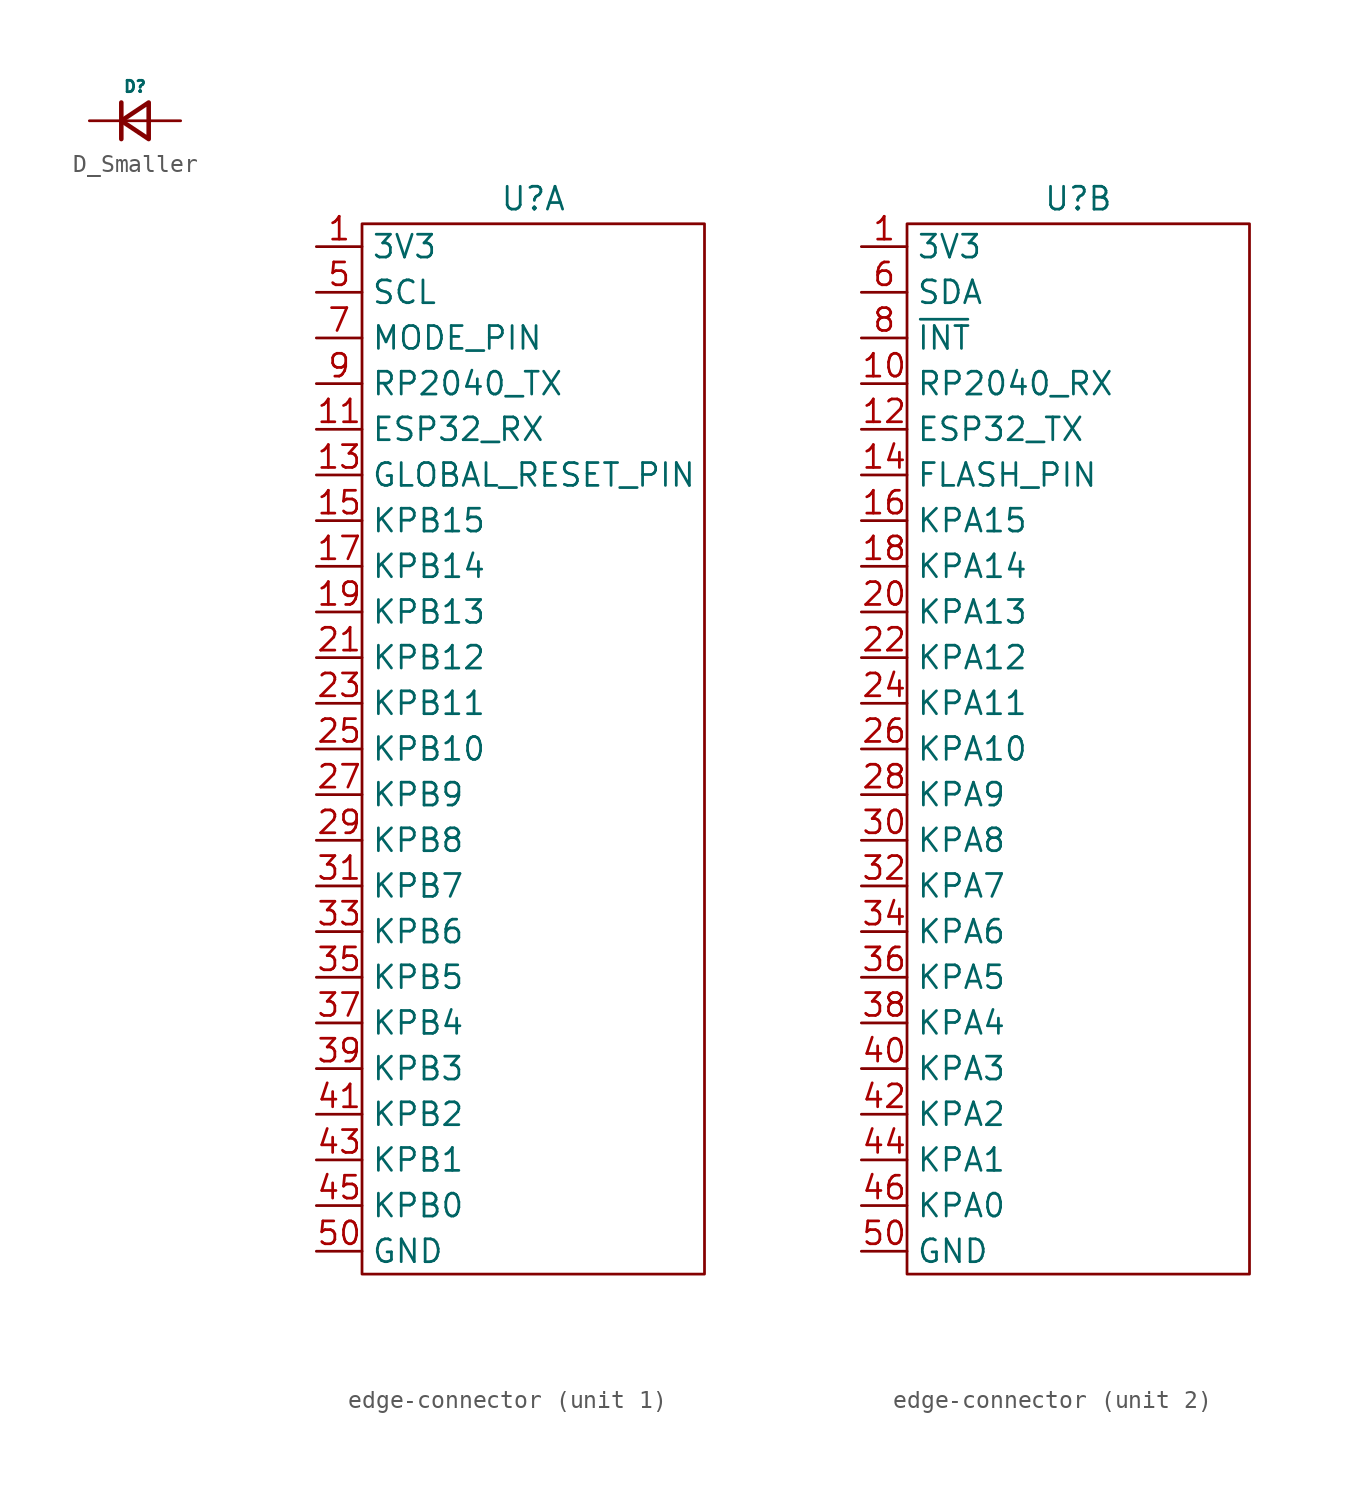
<source format=kicad_sym>
(kicad_symbol_lib
  (version 20220914)
  (generator kicad_symbol_editor)
  (symbol "D_Smaller"
    (pin_numbers hide)
    (pin_names hide)
    (property "Reference" "D"
      (at 0 1.905 0)
      (effects (font (size 0.635 0.635))))
    (property "Value" ""
      (at 0 0 0)
      (effects (font (size 1.27 1.27))))
    (symbol "D_Smaller_0_1"
      (polyline (pts (xy -0.762 -1.016) (xy -0.762 1.016)) (stroke (width 0.254) (type default)) (fill (type none)))
      (polyline (pts (xy -0.762 0) (xy 0.762 0)) (stroke (width 0) (type default)) (fill (type none)))
      (polyline (pts (xy 0.762 -1.016) (xy -0.762 0) (xy 0.762 1.016) (xy 0.762 -1.016)) (stroke (width 0.254) (type default)) (fill (type none))))
    (symbol "D_Smaller_1_1"
      (pin passive line (at -2.54 0 0) (length 1.778) (name "K" (effects (font (size 1.27 1.27)))) (number "1" (effects (font (size 1.27 1.27)))))
      (pin passive line (at 2.54 0 180) (length 1.778) (name "A" (effects (font (size 1.27 1.27)))) (number "2" (effects (font (size 1.27 1.27)))))))
  (symbol "edge-connector"
    (property "Reference" "U"
      (at 0 30.607 0)
      (effects (font (size 1.27 1.27))))
    (property "Value" ""
      (at -6.58 22.242 0)
      (effects (font (size 1.27 1.27))))
    (property "ki_locked" ""
      (at 0 0 0)
      (effects (font (size 1.27 1.27))))
    (symbol "edge-connector_0_1"
      (pin power_out line (at -12.065 27.94 0) (length 2.54) (name "3V3" (effects (font (size 1.27 1.27)))) (number "1" (effects (font (size 1.27 1.27)))))
      (pin power_out line (at -12.065 27.94 0) (length 2.54) hide (name "3V3" (effects (font (size 1.27 1.27)))) (number "2" (effects (font (size 1.27 1.27)))))
      (pin power_out line (at -12.065 27.94 0) (length 2.54) hide (name "3V3" (effects (font (size 1.27 1.27)))) (number "3" (effects (font (size 1.27 1.27)))))
      (pin power_out line (at -12.065 27.94 0) (length 2.54) hide (name "3V3" (effects (font (size 1.27 1.27)))) (number "4" (effects (font (size 1.27 1.27)))))
      (pin power_in line (at -12.065 -27.94 0) (length 2.54) hide (name "GND" (effects (font (size 1.27 1.27)))) (number "47" (effects (font (size 1.27 1.27)))))
      (pin power_in line (at -12.065 -27.94 0) (length 2.54) hide (name "GND" (effects (font (size 1.27 1.27)))) (number "48" (effects (font (size 1.27 1.27)))))
      (pin power_in line (at -12.065 -27.94 0) (length 2.54) hide (name "GND" (effects (font (size 1.27 1.27)))) (number "49" (effects (font (size 1.27 1.27)))))
      (pin power_in line (at -12.065 -27.94 0) (length 2.54) (name "GND" (effects (font (size 1.27 1.27)))) (number "50" (effects (font (size 1.27 1.27))))))
    (symbol "edge-connector_1_1"
      (rectangle (start -9.525 29.21) (end 9.525 -29.21) (stroke (width 0) (type default)) (fill (type none)))
      (pin input line (at -12.065 17.78 0) (length 2.54) (name "ESP32_RX" (effects (font (size 1.27 1.27)))) (number "11" (effects (font (size 1.27 1.27)))))
      (pin input line (at -12.065 15.24 0) (length 2.54) (name "GLOBAL_RESET_PIN" (effects (font (size 1.27 1.27)))) (number "13" (effects (font (size 1.27 1.27)))))
      (pin input line (at -12.065 12.7 0) (length 2.54) (name "KPB15" (effects (font (size 1.27 1.27)))) (number "15" (effects (font (size 1.27 1.27)))))
      (pin input line (at -12.065 10.16 0) (length 2.54) (name "KPB14" (effects (font (size 1.27 1.27)))) (number "17" (effects (font (size 1.27 1.27)))))
      (pin input line (at -12.065 7.62 0) (length 2.54) (name "KPB13" (effects (font (size 1.27 1.27)))) (number "19" (effects (font (size 1.27 1.27)))))
      (pin input line (at -12.065 5.08 0) (length 2.54) (name "KPB12" (effects (font (size 1.27 1.27)))) (number "21" (effects (font (size 1.27 1.27)))))
      (pin input line (at -12.065 2.54 0) (length 2.54) (name "KPB11" (effects (font (size 1.27 1.27)))) (number "23" (effects (font (size 1.27 1.27)))))
      (pin input line (at -12.065 0 0) (length 2.54) (name "KPB10" (effects (font (size 1.27 1.27)))) (number "25" (effects (font (size 1.27 1.27)))))
      (pin input line (at -12.065 -2.54 0) (length 2.54) (name "KPB9" (effects (font (size 1.27 1.27)))) (number "27" (effects (font (size 1.27 1.27)))))
      (pin input line (at -12.065 -5.08 0) (length 2.54) (name "KPB8" (effects (font (size 1.27 1.27)))) (number "29" (effects (font (size 1.27 1.27)))))
      (pin input line (at -12.065 -7.62 0) (length 2.54) (name "KPB7" (effects (font (size 1.27 1.27)))) (number "31" (effects (font (size 1.27 1.27)))))
      (pin input line (at -12.065 -10.16 0) (length 2.54) (name "KPB6" (effects (font (size 1.27 1.27)))) (number "33" (effects (font (size 1.27 1.27)))))
      (pin input line (at -12.065 -12.7 0) (length 2.54) (name "KPB5" (effects (font (size 1.27 1.27)))) (number "35" (effects (font (size 1.27 1.27)))))
      (pin input line (at -12.065 -15.24 0) (length 2.54) (name "KPB4" (effects (font (size 1.27 1.27)))) (number "37" (effects (font (size 1.27 1.27)))))
      (pin input line (at -12.065 -17.78 0) (length 2.54) (name "KPB3" (effects (font (size 1.27 1.27)))) (number "39" (effects (font (size 1.27 1.27)))))
      (pin input line (at -12.065 -20.32 0) (length 2.54) (name "KPB2" (effects (font (size 1.27 1.27)))) (number "41" (effects (font (size 1.27 1.27)))))
      (pin input line (at -12.065 -22.86 0) (length 2.54) (name "KPB1" (effects (font (size 1.27 1.27)))) (number "43" (effects (font (size 1.27 1.27)))))
      (pin input line (at -12.065 -25.4 0) (length 2.54) (name "KPB0" (effects (font (size 1.27 1.27)))) (number "45" (effects (font (size 1.27 1.27)))))
      (pin bidirectional line (at -12.065 25.4 0) (length 2.54) (name "SCL" (effects (font (size 1.27 1.27)))) (number "5" (effects (font (size 1.27 1.27)))))
      (pin input line (at -12.065 22.86 0) (length 2.54) (name "MODE_PIN" (effects (font (size 1.27 1.27)))) (number "7" (effects (font (size 1.27 1.27)))))
      (pin output line (at -12.065 20.32 0) (length 2.54) (name "RP2040_TX" (effects (font (size 1.27 1.27)))) (number "9" (effects (font (size 1.27 1.27))))))
    (symbol "edge-connector_2_1"
      (rectangle (start -9.525 29.21) (end 9.525 -29.21) (stroke (width 0) (type default)) (fill (type none)))
      (pin input line (at -12.065 20.32 0) (length 2.54) (name "RP2040_RX" (effects (font (size 1.27 1.27)))) (number "10" (effects (font (size 1.27 1.27)))))
      (pin output line (at -12.065 17.78 0) (length 2.54) (name "ESP32_TX" (effects (font (size 1.27 1.27)))) (number "12" (effects (font (size 1.27 1.27)))))
      (pin input line (at -12.065 15.24 0) (length 2.54) (name "FLASH_PIN" (effects (font (size 1.27 1.27)))) (number "14" (effects (font (size 1.27 1.27)))))
      (pin output line (at -12.065 12.7 0) (length 2.54) (name "KPA15" (effects (font (size 1.27 1.27)))) (number "16" (effects (font (size 1.27 1.27)))))
      (pin output line (at -12.065 10.16 0) (length 2.54) (name "KPA14" (effects (font (size 1.27 1.27)))) (number "18" (effects (font (size 1.27 1.27)))))
      (pin output line (at -12.065 7.62 0) (length 2.54) (name "KPA13" (effects (font (size 1.27 1.27)))) (number "20" (effects (font (size 1.27 1.27)))))
      (pin output line (at -12.065 5.08 0) (length 2.54) (name "KPA12" (effects (font (size 1.27 1.27)))) (number "22" (effects (font (size 1.27 1.27)))))
      (pin output line (at -12.065 2.54 0) (length 2.54) (name "KPA11" (effects (font (size 1.27 1.27)))) (number "24" (effects (font (size 1.27 1.27)))))
      (pin output line (at -12.065 0 0) (length 2.54) (name "KPA10" (effects (font (size 1.27 1.27)))) (number "26" (effects (font (size 1.27 1.27)))))
      (pin output line (at -12.065 -2.54 0) (length 2.54) (name "KPA9" (effects (font (size 1.27 1.27)))) (number "28" (effects (font (size 1.27 1.27)))))
      (pin output line (at -12.065 -5.08 0) (length 2.54) (name "KPA8" (effects (font (size 1.27 1.27)))) (number "30" (effects (font (size 1.27 1.27)))))
      (pin output line (at -12.065 -7.62 0) (length 2.54) (name "KPA7" (effects (font (size 1.27 1.27)))) (number "32" (effects (font (size 1.27 1.27)))))
      (pin output line (at -12.065 -10.16 0) (length 2.54) (name "KPA6" (effects (font (size 1.27 1.27)))) (number "34" (effects (font (size 1.27 1.27)))))
      (pin output line (at -12.065 -12.7 0) (length 2.54) (name "KPA5" (effects (font (size 1.27 1.27)))) (number "36" (effects (font (size 1.27 1.27)))))
      (pin output line (at -12.065 -15.24 0) (length 2.54) (name "KPA4" (effects (font (size 1.27 1.27)))) (number "38" (effects (font (size 1.27 1.27)))))
      (pin output line (at -12.065 -17.78 0) (length 2.54) (name "KPA3" (effects (font (size 1.27 1.27)))) (number "40" (effects (font (size 1.27 1.27)))))
      (pin output line (at -12.065 -20.32 0) (length 2.54) (name "KPA2" (effects (font (size 1.27 1.27)))) (number "42" (effects (font (size 1.27 1.27)))))
      (pin output line (at -12.065 -22.86 0) (length 2.54) (name "KPA1" (effects (font (size 1.27 1.27)))) (number "44" (effects (font (size 1.27 1.27)))))
      (pin output line (at -12.065 -25.4 0) (length 2.54) (name "KPA0" (effects (font (size 1.27 1.27)))) (number "46" (effects (font (size 1.27 1.27)))))
      (pin bidirectional line (at -12.065 25.4 0) (length 2.54) (name "SDA" (effects (font (size 1.27 1.27)))) (number "6" (effects (font (size 1.27 1.27)))))
      (pin input line (at -12.065 22.86 0) (length 2.54) (name "~{INT}" (effects (font (size 1.27 1.27)))) (number "8" (effects (font (size 1.27 1.27))))))))
</source>
